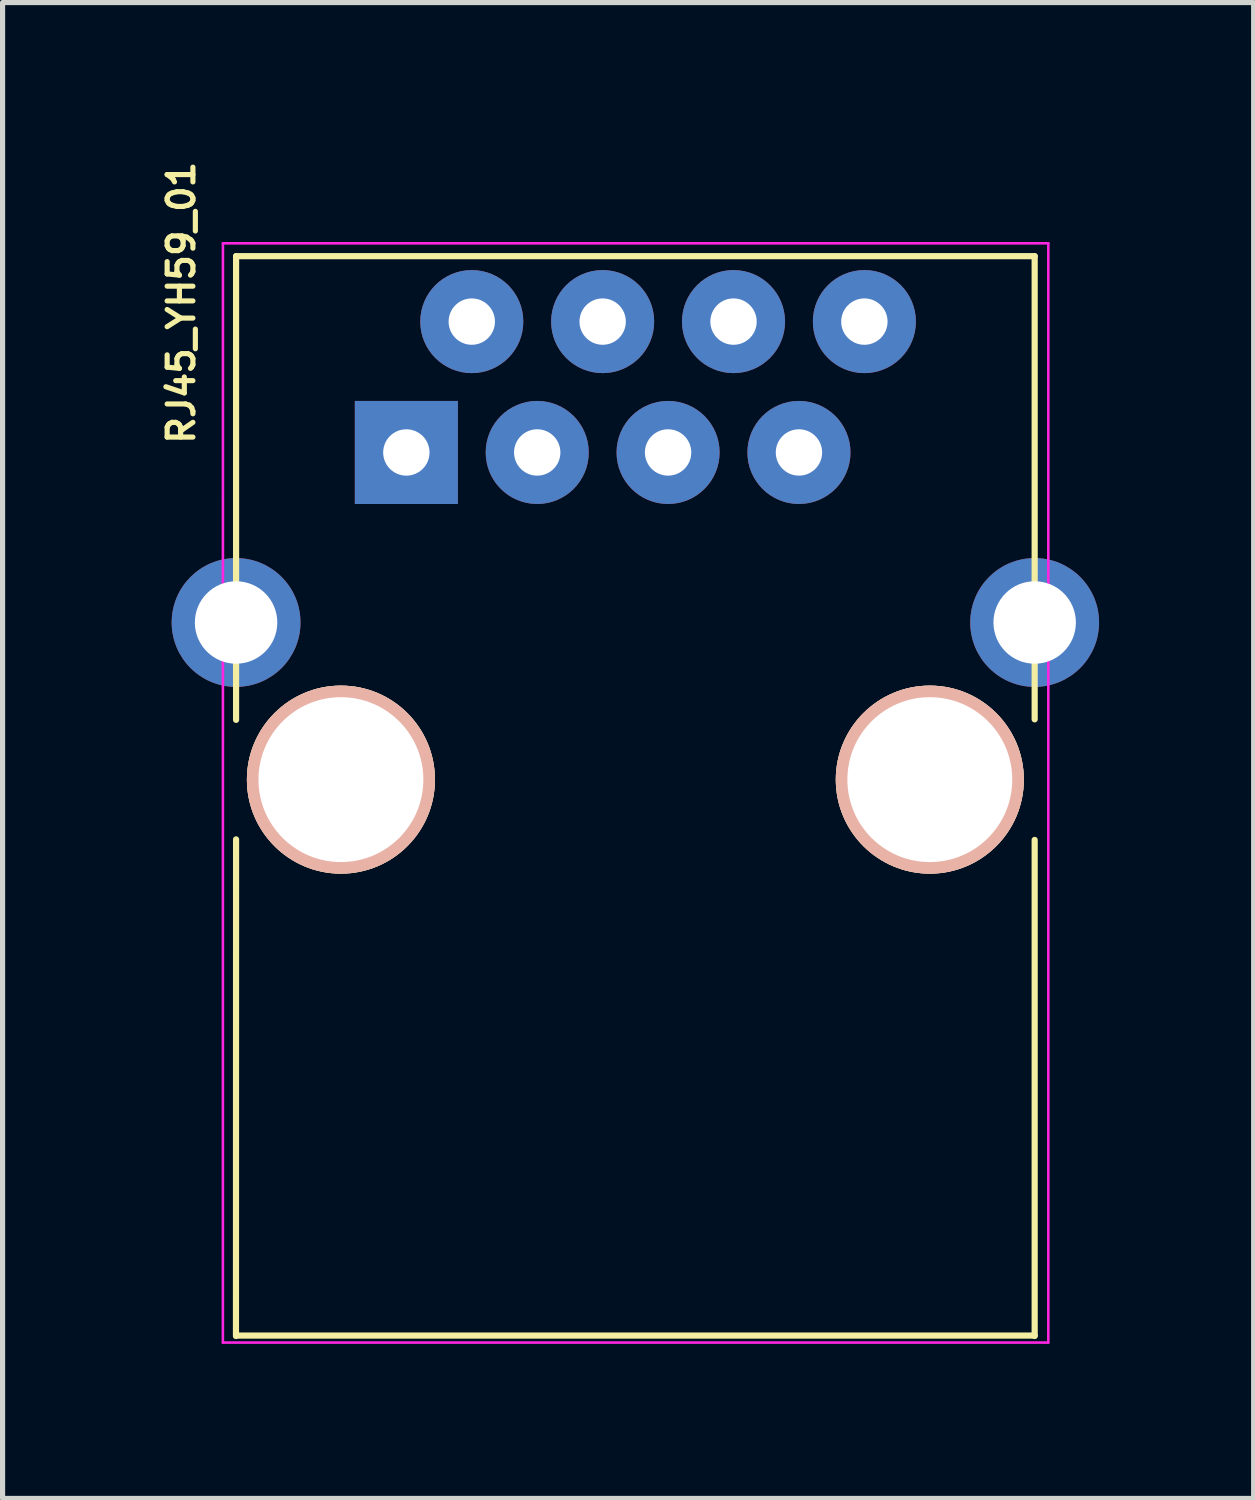
<source format=kicad_pcb>
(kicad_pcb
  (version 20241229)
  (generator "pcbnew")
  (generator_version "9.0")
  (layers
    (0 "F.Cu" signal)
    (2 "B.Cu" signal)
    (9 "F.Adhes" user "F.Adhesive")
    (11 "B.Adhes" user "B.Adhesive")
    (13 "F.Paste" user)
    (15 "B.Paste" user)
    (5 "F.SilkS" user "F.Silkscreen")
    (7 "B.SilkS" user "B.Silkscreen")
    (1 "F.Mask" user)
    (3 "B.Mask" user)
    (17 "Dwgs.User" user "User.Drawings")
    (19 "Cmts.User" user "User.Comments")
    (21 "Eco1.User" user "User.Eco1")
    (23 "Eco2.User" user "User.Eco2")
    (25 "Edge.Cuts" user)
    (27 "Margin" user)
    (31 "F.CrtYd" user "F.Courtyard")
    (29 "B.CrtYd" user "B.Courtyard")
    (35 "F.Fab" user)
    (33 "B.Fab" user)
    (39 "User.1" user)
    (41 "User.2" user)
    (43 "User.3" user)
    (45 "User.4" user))
  (footprint "RJ45_YH59_01"
    (layer "F.Cu")
    (at 4.832 5.736)
    (property "Reference" "RJ45_YH59_01" (at -4.364 -2.91 270) (layer "F.SilkS") (effects (font (size 0.5 0.5) (thickness 0.1))))
    (attr through_hole)
    (fp_line (start -3.3 -3.814) (end -3.3 5.186) (stroke (width 0.12) (type solid)) (layer "F.SilkS"))
    (fp_line (start -3.3 7.506) (end -3.302 17.145) (stroke (width 0.12) (type solid)) (layer "F.SilkS"))
    (fp_line (start -3.3 17.136) (end 12.2 17.136) (stroke (width 0.12) (type solid)) (layer "F.SilkS"))
    (fp_line (start 12.2 -3.814) (end -3.3 -3.814) (stroke (width 0.12) (type solid)) (layer "F.SilkS"))
    (fp_line (start 12.2 -3.814) (end 12.2 5.176) (stroke (width 0.12) (type solid)) (layer "F.SilkS"))
    (fp_line (start 12.2 7.516) (end 12.2 17.145) (stroke (width 0.12) (type solid)) (layer "F.SilkS"))
    (fp_line (start -3.555 -4.064) (end -3.556 17.272) (stroke (width 0.05) (type solid)) (layer "F.CrtYd"))
    (fp_line (start -3.555 -4.064) (end 12.465 -4.064) (stroke (width 0.05) (type solid)) (layer "F.CrtYd"))
    (fp_line (start 12.464 17.272) (end -3.556 17.272) (stroke (width 0.05) (type solid)) (layer "F.CrtYd"))
    (fp_line (start 12.465 17.272) (end 12.465 -4.064) (stroke (width 0.05) (type solid)) (layer "F.CrtYd"))
    (pad "" np_thru_hole circle (at -1.265 6.346) (size 3.65 3.65) (drill 3.2) (layers "*.Cu" "*.SilkS" "*.Mask"))
    (pad "" np_thru_hole circle (at 10.165 6.346) (size 3.65 3.65) (drill 3.2) (layers "*.Cu" "*.SilkS" "*.Mask"))
    (pad "1" thru_hole rect (at 0.005 -0.004) (size 2 2) (drill 0.9) (layers "*.Cu" "*.Mask"))
    (pad "2" thru_hole circle (at 1.275 -2.544) (size 2 2) (drill 0.9) (layers "*.Cu" "*.Mask"))
    (pad "3" thru_hole circle (at 2.545 -0.004) (size 2 2) (drill 0.9) (layers "*.Cu" "*.Mask"))
    (pad "4" thru_hole circle (at 3.815 -2.544) (size 2 2) (drill 0.9) (layers "*.Cu" "*.Mask"))
    (pad "5" thru_hole circle (at 5.085 -0.004) (size 2 2) (drill 0.9) (layers "*.Cu" "*.Mask"))
    (pad "6" thru_hole circle (at 6.355 -2.544) (size 2 2) (drill 0.9) (layers "*.Cu" "*.Mask"))
    (pad "7" thru_hole circle (at 7.625 -0.004) (size 2 2) (drill 0.9) (layers "*.Cu" "*.Mask"))
    (pad "8" thru_hole circle (at 8.895 -2.544) (size 2 2) (drill 0.9) (layers "*.Cu" "*.Mask"))
    (pad "SH" thru_hole circle (at -3.3 3.296) (size 2.5 2.5) (drill 1.6) (layers "*.Cu" "*.Mask"))
    (pad "SH" thru_hole circle (at 12.2 3.296) (size 2.5 2.5) (drill 1.6) (layers "*.Cu" "*.Mask")))
  (gr_rect
    (start -3 -3)
    (end 21.282 26.033)
    (stroke (width 0.1) (type default))
    (fill no)
    (layer "Edge.Cuts")))
</source>
